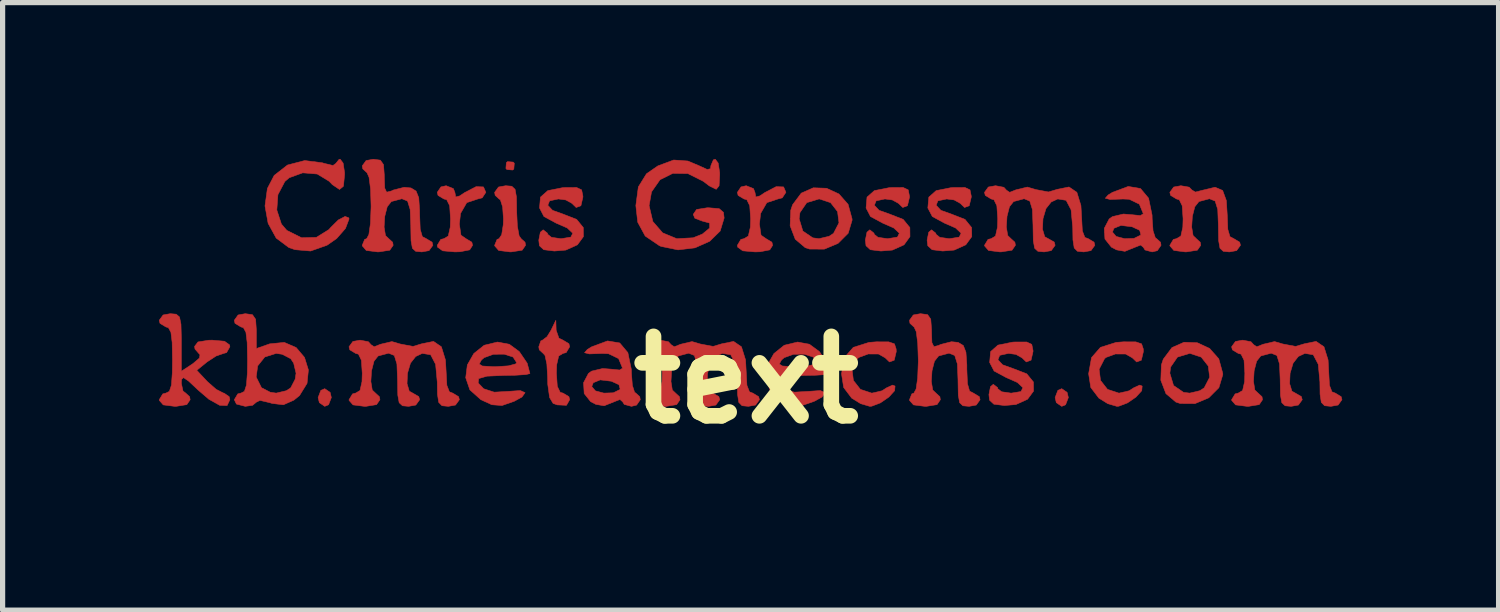
<source format=kicad_pcb>
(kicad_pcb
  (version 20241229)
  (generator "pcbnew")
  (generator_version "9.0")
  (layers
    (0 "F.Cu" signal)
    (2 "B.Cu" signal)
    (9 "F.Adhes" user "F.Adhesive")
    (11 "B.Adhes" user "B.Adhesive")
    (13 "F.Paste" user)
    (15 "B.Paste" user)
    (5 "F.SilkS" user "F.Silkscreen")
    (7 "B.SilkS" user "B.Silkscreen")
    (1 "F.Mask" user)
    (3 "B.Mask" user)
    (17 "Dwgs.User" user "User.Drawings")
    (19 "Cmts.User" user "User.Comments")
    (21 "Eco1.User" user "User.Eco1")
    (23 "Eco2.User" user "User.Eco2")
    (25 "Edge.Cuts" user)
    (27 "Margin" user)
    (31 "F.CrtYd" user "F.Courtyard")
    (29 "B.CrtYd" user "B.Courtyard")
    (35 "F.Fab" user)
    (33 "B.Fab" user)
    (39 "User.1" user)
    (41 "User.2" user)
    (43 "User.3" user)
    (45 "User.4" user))
  (footprint "text"
    (layer "F.Cu")
    (at 11.266 4.238)
    (property "Reference" "text" (at 0 0 0) (layer "F.SilkS") (effects (font (size 1.524 1.524) (thickness 0.3))))
    (attr through_hole)
    (fp_poly (pts (xy -7.982 0.24) (xy -7.959 0.339) (xy -8.012 0.477) (xy -8.086 0.508) (xy -8.189 0.437) (xy -8.213 0.339) (xy -8.16 0.201) (xy -8.086 0.169) (xy -7.982 0.24)) (stroke (width 0.01) (type solid)) (fill yes) (layer "F.Cu"))
    (fp_poly (pts (xy -4.469 -4.178) (xy -4.449 -4.156) (xy -4.458 -4.045) (xy -4.48 -4.026) (xy -4.591 -4.035) (xy -4.61 -4.057) (xy -4.601 -4.167) (xy -4.579 -4.187) (xy -4.469 -4.178)) (stroke (width 0.01) (type solid)) (fill yes) (layer "F.Cu"))
    (fp_poly (pts (xy 6.157 0.24) (xy 6.181 0.339) (xy 6.128 0.477) (xy 6.054 0.508) (xy 5.95 0.437) (xy 5.927 0.339) (xy 5.98 0.201) (xy 6.054 0.169) (xy 6.157 0.24)) (stroke (width 0.01) (type solid)) (fill yes) (layer "F.Cu"))
    (fp_poly (pts (xy -4.497 -3.715) (xy -4.434 -3.656) (xy -4.408 -3.509) (xy -4.403 -3.235) (xy -4.403 -3.217) (xy -4.39 -2.947) (xy -4.356 -2.763) (xy -4.318 -2.709) (xy -4.243 -2.641) (xy -4.233 -2.582) (xy -4.298 -2.488) (xy -4.503 -2.456) (xy -4.53 -2.455) (xy -4.749 -2.483) (xy -4.825 -2.571) (xy -4.826 -2.582) (xy -4.78 -2.695) (xy -4.741 -2.709) (xy -4.691 -2.785) (xy -4.661 -2.976) (xy -4.657 -3.09) (xy -4.673 -3.318) (xy -4.716 -3.454) (xy -4.741 -3.471) (xy -4.816 -3.54) (xy -4.826 -3.598) (xy -4.752 -3.7) (xy -4.614 -3.725) (xy -4.497 -3.715)) (stroke (width 0.01) (type solid)) (fill yes) (layer "F.Cu"))
    (fp_poly (pts (xy -3.646 -0.953) (xy -3.593 -0.8) (xy -3.514 -0.762) (xy -3.401 -0.694) (xy -3.387 -0.635) (xy -3.454 -0.523) (xy -3.514 -0.508) (xy -3.597 -0.458) (xy -3.636 -0.289) (xy -3.641 -0.127) (xy -3.624 0.124) (xy -3.568 0.239) (xy -3.514 0.254) (xy -3.401 0.322) (xy -3.387 0.381) (xy -3.448 0.488) (xy -3.623 0.48) (xy -3.704 0.452) (xy -3.772 0.339) (xy -3.807 0.085) (xy -3.81 -0.049) (xy -3.824 -0.302) (xy -3.86 -0.469) (xy -3.895 -0.508) (xy -3.97 -0.577) (xy -3.979 -0.635) (xy -3.94 -0.748) (xy -3.908 -0.762) (xy -3.82 -0.829) (xy -3.744 -0.953) (xy -3.652 -1.143) (xy -3.646 -0.953)) (stroke (width 0.01) (type solid)) (fill yes) (layer "F.Cu"))
    (fp_poly (pts (xy 1.542 -3.676) (xy 1.779 -3.567) (xy 1.955 -3.368) (xy 2.031 -3.09) (xy 2.032 -3.063) (xy 1.957 -2.813) (xy 1.763 -2.619) (xy 1.499 -2.508) (xy 1.215 -2.51) (xy 1.132 -2.537) (xy 0.941 -2.699) (xy 0.843 -2.956) (xy 0.848 -3.09) (xy 1.016 -3.09) (xy 1.087 -2.855) (xy 1.278 -2.725) (xy 1.397 -2.709) (xy 1.591 -2.755) (xy 1.676 -2.811) (xy 1.78 -3.013) (xy 1.753 -3.228) (xy 1.619 -3.4) (xy 1.402 -3.471) (xy 1.397 -3.471) (xy 1.162 -3.4) (xy 1.031 -3.209) (xy 1.016 -3.09) (xy 0.848 -3.09) (xy 0.854 -3.252) (xy 0.89 -3.36) (xy 1.057 -3.583) (xy 1.288 -3.685) (xy 1.542 -3.676)) (stroke (width 0.01) (type solid)) (fill yes) (layer "F.Cu"))
    (fp_poly (pts (xy 8.654 -0.713) (xy 8.891 -0.603) (xy 9.067 -0.404) (xy 9.143 -0.126) (xy 9.144 -0.1) (xy 9.069 0.15) (xy 8.875 0.344) (xy 8.611 0.455) (xy 8.327 0.453) (xy 8.244 0.426) (xy 8.053 0.264) (xy 7.955 0.007) (xy 7.96 -0.127) (xy 8.128 -0.127) (xy 8.199 0.108) (xy 8.39 0.239) (xy 8.509 0.254) (xy 8.703 0.208) (xy 8.788 0.152) (xy 8.892 -0.05) (xy 8.865 -0.265) (xy 8.731 -0.436) (xy 8.514 -0.508) (xy 8.509 -0.508) (xy 8.274 -0.437) (xy 8.143 -0.246) (xy 8.128 -0.127) (xy 7.96 -0.127) (xy 7.966 -0.288) (xy 8.002 -0.397) (xy 8.169 -0.62) (xy 8.4 -0.722) (xy 8.654 -0.713)) (stroke (width 0.01) (type solid)) (fill yes) (layer "F.Cu"))
    (fp_poly (pts (xy 2.734 -0.729) (xy 2.845 -0.691) (xy 2.877 -0.592) (xy 2.879 -0.541) (xy 2.84 -0.377) (xy 2.749 -0.344) (xy 2.667 -0.423) (xy 2.538 -0.496) (xy 2.341 -0.497) (xy 2.163 -0.431) (xy 2.134 -0.406) (xy 2.03 -0.204) (xy 2.057 0.011) (xy 2.191 0.182) (xy 2.408 0.254) (xy 2.413 0.254) (xy 2.607 0.209) (xy 2.691 0.154) (xy 2.809 0.1) (xy 2.856 0.119) (xy 2.848 0.208) (xy 2.737 0.33) (xy 2.574 0.442) (xy 2.408 0.505) (xy 2.371 0.508) (xy 2.197 0.457) (xy 2.024 0.35) (xy 1.87 0.146) (xy 1.829 -0.117) (xy 1.883 -0.427) (xy 2.055 -0.624) (xy 2.356 -0.719) (xy 2.499 -0.73) (xy 2.734 -0.729)) (stroke (width 0.01) (type solid)) (fill yes) (layer "F.Cu"))
    (fp_poly (pts (xy 7.475 -0.729) (xy 7.586 -0.691) (xy 7.619 -0.592) (xy 7.62 -0.541) (xy 7.581 -0.377) (xy 7.491 -0.344) (xy 7.408 -0.423) (xy 7.279 -0.496) (xy 7.083 -0.497) (xy 6.904 -0.431) (xy 6.875 -0.406) (xy 6.771 -0.204) (xy 6.798 0.011) (xy 6.932 0.182) (xy 7.15 0.254) (xy 7.154 0.254) (xy 7.348 0.209) (xy 7.432 0.154) (xy 7.55 0.1) (xy 7.597 0.119) (xy 7.589 0.208) (xy 7.478 0.33) (xy 7.315 0.442) (xy 7.149 0.505) (xy 7.112 0.508) (xy 6.938 0.457) (xy 6.766 0.35) (xy 6.611 0.146) (xy 6.57 -0.117) (xy 6.625 -0.427) (xy 6.797 -0.624) (xy 7.097 -0.719) (xy 7.241 -0.73) (xy 7.475 -0.729)) (stroke (width 0.01) (type solid)) (fill yes) (layer "F.Cu"))
    (fp_poly (pts (xy -5.618 -3.67) (xy -5.588 -3.594) (xy -5.573 -3.509) (xy -5.497 -3.529) (xy -5.4 -3.594) (xy -5.182 -3.707) (xy -5.04 -3.702) (xy -4.995 -3.598) (xy -5.065 -3.492) (xy -5.148 -3.471) (xy -5.361 -3.4) (xy -5.48 -3.194) (xy -5.503 -2.989) (xy -5.472 -2.776) (xy -5.376 -2.709) (xy -5.264 -2.642) (xy -5.249 -2.582) (xy -5.305 -2.494) (xy -5.491 -2.458) (xy -5.588 -2.455) (xy -5.823 -2.476) (xy -5.921 -2.546) (xy -5.927 -2.582) (xy -5.859 -2.695) (xy -5.8 -2.709) (xy -5.716 -2.759) (xy -5.678 -2.929) (xy -5.673 -3.09) (xy -5.689 -3.341) (xy -5.746 -3.456) (xy -5.8 -3.471) (xy -5.912 -3.539) (xy -5.927 -3.598) (xy -5.856 -3.702) (xy -5.757 -3.725) (xy -5.618 -3.67)) (stroke (width 0.01) (type solid)) (fill yes) (layer "F.Cu"))
    (fp_poly (pts (xy 0.14 -3.67) (xy 0.169 -3.594) (xy 0.185 -3.509) (xy 0.261 -3.529) (xy 0.358 -3.594) (xy 0.575 -3.707) (xy 0.718 -3.702) (xy 0.762 -3.598) (xy 0.692 -3.492) (xy 0.61 -3.471) (xy 0.396 -3.4) (xy 0.277 -3.194) (xy 0.254 -2.989) (xy 0.285 -2.776) (xy 0.381 -2.709) (xy 0.493 -2.642) (xy 0.508 -2.582) (xy 0.452 -2.494) (xy 0.267 -2.458) (xy 0.169 -2.455) (xy -0.066 -2.476) (xy -0.163 -2.546) (xy -0.169 -2.582) (xy -0.102 -2.695) (xy -0.042 -2.709) (xy 0.041 -2.759) (xy 0.08 -2.929) (xy 0.085 -3.09) (xy 0.068 -3.341) (xy 0.012 -3.456) (xy -0.042 -3.471) (xy -0.155 -3.539) (xy -0.169 -3.598) (xy -0.099 -3.702) (xy 0 -3.725) (xy 0.14 -3.67)) (stroke (width 0.01) (type solid)) (fill yes) (layer "F.Cu"))
    (fp_poly (pts (xy -3.157 -3.645) (xy -3.133 -3.526) (xy -3.133 -3.505) (xy -3.171 -3.341) (xy -3.262 -3.307) (xy -3.344 -3.387) (xy -3.461 -3.452) (xy -3.603 -3.471) (xy -3.772 -3.435) (xy -3.806 -3.35) (xy -3.716 -3.253) (xy -3.515 -3.181) (xy -3.253 -3.079) (xy -3.125 -2.922) (xy -3.123 -2.748) (xy -3.238 -2.591) (xy -3.461 -2.49) (xy -3.681 -2.472) (xy -3.884 -2.497) (xy -3.967 -2.573) (xy -3.979 -2.681) (xy -3.949 -2.833) (xy -3.895 -2.879) (xy -3.812 -2.814) (xy -3.81 -2.794) (xy -3.736 -2.735) (xy -3.558 -2.709) (xy -3.549 -2.709) (xy -3.364 -2.739) (xy -3.327 -2.814) (xy -3.433 -2.914) (xy -3.646 -3.007) (xy -3.88 -3.134) (xy -3.965 -3.298) (xy -3.947 -3.506) (xy -3.806 -3.631) (xy -3.525 -3.687) (xy -3.472 -3.69) (xy -3.254 -3.691) (xy -3.157 -3.645)) (stroke (width 0.01) (type solid)) (fill yes) (layer "F.Cu"))
    (fp_poly (pts (xy 3.109 -3.645) (xy 3.132 -3.526) (xy 3.133 -3.505) (xy 3.094 -3.341) (xy 3.004 -3.307) (xy 2.921 -3.387) (xy 2.804 -3.452) (xy 2.662 -3.471) (xy 2.493 -3.435) (xy 2.459 -3.35) (xy 2.549 -3.253) (xy 2.751 -3.181) (xy 3.012 -3.079) (xy 3.14 -2.922) (xy 3.142 -2.748) (xy 3.028 -2.591) (xy 2.805 -2.49) (xy 2.585 -2.472) (xy 2.382 -2.497) (xy 2.299 -2.573) (xy 2.286 -2.681) (xy 2.317 -2.833) (xy 2.371 -2.879) (xy 2.453 -2.814) (xy 2.455 -2.794) (xy 2.529 -2.735) (xy 2.707 -2.709) (xy 2.716 -2.709) (xy 2.902 -2.739) (xy 2.938 -2.814) (xy 2.832 -2.914) (xy 2.62 -3.007) (xy 2.385 -3.134) (xy 2.3 -3.298) (xy 2.318 -3.506) (xy 2.459 -3.631) (xy 2.741 -3.687) (xy 2.793 -3.69) (xy 3.011 -3.691) (xy 3.109 -3.645)) (stroke (width 0.01) (type solid)) (fill yes) (layer "F.Cu"))
    (fp_poly (pts (xy 4.294 -3.645) (xy 4.318 -3.526) (xy 4.318 -3.505) (xy 4.279 -3.341) (xy 4.189 -3.307) (xy 4.106 -3.387) (xy 3.99 -3.452) (xy 3.847 -3.471) (xy 3.678 -3.435) (xy 3.645 -3.35) (xy 3.735 -3.253) (xy 3.936 -3.181) (xy 4.198 -3.079) (xy 4.325 -2.922) (xy 4.328 -2.748) (xy 4.213 -2.591) (xy 3.99 -2.49) (xy 3.77 -2.472) (xy 3.567 -2.497) (xy 3.484 -2.573) (xy 3.471 -2.681) (xy 3.502 -2.833) (xy 3.556 -2.879) (xy 3.638 -2.814) (xy 3.641 -2.794) (xy 3.714 -2.735) (xy 3.893 -2.709) (xy 3.902 -2.709) (xy 4.087 -2.739) (xy 4.123 -2.814) (xy 4.018 -2.914) (xy 3.805 -3.007) (xy 3.571 -3.134) (xy 3.485 -3.298) (xy 3.504 -3.506) (xy 3.645 -3.631) (xy 3.926 -3.687) (xy 3.979 -3.69) (xy 4.197 -3.691) (xy 4.294 -3.645)) (stroke (width 0.01) (type solid)) (fill yes) (layer "F.Cu"))
    (fp_poly (pts (xy 5.479 -0.681) (xy 5.503 -0.563) (xy 5.503 -0.542) (xy 5.465 -0.378) (xy 5.374 -0.344) (xy 5.292 -0.423) (xy 5.175 -0.489) (xy 5.033 -0.508) (xy 4.864 -0.471) (xy 4.83 -0.386) (xy 4.92 -0.289) (xy 5.121 -0.217) (xy 5.383 -0.116) (xy 5.511 0.041) (xy 5.513 0.216) (xy 5.398 0.372) (xy 5.175 0.473) (xy 4.955 0.492) (xy 4.752 0.467) (xy 4.669 0.39) (xy 4.657 0.283) (xy 4.687 0.13) (xy 4.741 0.085) (xy 4.824 0.149) (xy 4.826 0.169) (xy 4.9 0.228) (xy 5.078 0.254) (xy 5.087 0.254) (xy 5.272 0.224) (xy 5.309 0.149) (xy 5.203 0.05) (xy 4.99 -0.044) (xy 4.756 -0.17) (xy 4.671 -0.334) (xy 4.689 -0.542) (xy 4.83 -0.667) (xy 5.111 -0.724) (xy 5.164 -0.727) (xy 5.382 -0.727) (xy 5.479 -0.681)) (stroke (width 0.01) (type solid)) (fill yes) (layer "F.Cu"))
    (fp_poly (pts (xy -4.544 -0.683) (xy -4.353 -0.542) (xy -4.202 -0.32) (xy -4.149 -0.121) (xy -4.226 -0.102) (xy -4.426 -0.089) (xy -4.657 -0.085) (xy -4.973 -0.071) (xy -5.132 -0.025) (xy -5.142 0.059) (xy -5.037 0.17) (xy -4.834 0.236) (xy -4.572 0.221) (xy -4.334 0.205) (xy -4.242 0.245) (xy -4.302 0.329) (xy -4.449 0.41) (xy -4.684 0.492) (xy -4.88 0.477) (xy -5.091 0.38) (xy -5.301 0.192) (xy -5.381 -0.041) (xy -5.35 -0.286) (xy -5.34 -0.304) (xy -5.122 -0.304) (xy -5.062 -0.266) (xy -4.869 -0.254) (xy -4.794 -0.254) (xy -4.563 -0.269) (xy -4.423 -0.306) (xy -4.403 -0.33) (xy -4.473 -0.438) (xy -4.643 -0.493) (xy -4.85 -0.491) (xy -5.029 -0.426) (xy -5.08 -0.381) (xy -5.122 -0.304) (xy -5.34 -0.304) (xy -5.226 -0.505) (xy -5.027 -0.664) (xy -4.773 -0.726) (xy -4.544 -0.683)) (stroke (width 0.01) (type solid)) (fill yes) (layer "F.Cu"))
    (fp_poly (pts (xy 1.214 -0.683) (xy 1.405 -0.542) (xy 1.555 -0.32) (xy 1.609 -0.121) (xy 1.532 -0.102) (xy 1.332 -0.089) (xy 1.101 -0.085) (xy 0.784 -0.071) (xy 0.626 -0.025) (xy 0.615 0.059) (xy 0.72 0.17) (xy 0.923 0.236) (xy 1.186 0.221) (xy 1.423 0.205) (xy 1.516 0.245) (xy 1.455 0.329) (xy 1.308 0.41) (xy 1.073 0.492) (xy 0.877 0.477) (xy 0.666 0.38) (xy 0.456 0.192) (xy 0.376 -0.041) (xy 0.407 -0.286) (xy 0.418 -0.304) (xy 0.635 -0.304) (xy 0.695 -0.266) (xy 0.888 -0.254) (xy 0.963 -0.254) (xy 1.194 -0.269) (xy 1.335 -0.306) (xy 1.355 -0.33) (xy 1.284 -0.438) (xy 1.114 -0.493) (xy 0.908 -0.491) (xy 0.728 -0.426) (xy 0.677 -0.381) (xy 0.635 -0.304) (xy 0.418 -0.304) (xy 0.532 -0.505) (xy 0.73 -0.664) (xy 0.985 -0.726) (xy 1.214 -0.683)) (stroke (width 0.01) (type solid)) (fill yes) (layer "F.Cu"))
    (fp_poly (pts (xy -7.733 -4.159) (xy -7.705 -3.976) (xy -7.705 -3.937) (xy -7.727 -3.715) (xy -7.802 -3.653) (xy -7.939 -3.745) (xy -8.001 -3.81) (xy -8.229 -3.949) (xy -8.509 -3.972) (xy -8.767 -3.878) (xy -8.851 -3.806) (xy -8.984 -3.553) (xy -9.005 -3.259) (xy -8.917 -2.989) (xy -8.813 -2.868) (xy -8.531 -2.727) (xy -8.247 -2.734) (xy -8.005 -2.884) (xy -7.974 -2.921) (xy -7.827 -3.067) (xy -7.695 -3.136) (xy -7.623 -3.108) (xy -7.62 -3.085) (xy -7.688 -2.905) (xy -7.857 -2.712) (xy -8.042 -2.583) (xy -8.357 -2.472) (xy -8.657 -2.498) (xy -8.775 -2.539) (xy -9.017 -2.72) (xy -9.172 -3.003) (xy -9.232 -3.337) (xy -9.186 -3.672) (xy -9.056 -3.922) (xy -8.8 -4.122) (xy -8.469 -4.208) (xy -8.127 -4.164) (xy -8.106 -4.156) (xy -7.928 -4.113) (xy -7.874 -4.151) (xy -7.81 -4.231) (xy -7.789 -4.233) (xy -7.733 -4.159)) (stroke (width 0.01) (type solid)) (fill yes) (layer "F.Cu"))
    (fp_poly (pts (xy -2.426 -0.708) (xy -2.27 -0.522) (xy -2.203 -0.199) (xy -2.201 -0.121) (xy -2.184 0.104) (xy -2.141 0.238) (xy -2.117 0.254) (xy -2.042 0.323) (xy -2.032 0.381) (xy -2.103 0.484) (xy -2.201 0.508) (xy -2.339 0.471) (xy -2.371 0.42) (xy -2.422 0.376) (xy -2.534 0.42) (xy -2.725 0.497) (xy -2.884 0.47) (xy -2.985 0.417) (xy -3.108 0.262) (xy -3.116 0.127) (xy -2.963 0.127) (xy -2.893 0.211) (xy -2.73 0.254) (xy -2.55 0.248) (xy -2.425 0.187) (xy -2.418 0.178) (xy -2.441 0.093) (xy -2.586 0.026) (xy -2.801 0) (xy -2.934 0.055) (xy -2.963 0.127) (xy -3.116 0.127) (xy -3.121 0.056) (xy -3.026 -0.124) (xy -2.965 -0.168) (xy -2.754 -0.218) (xy -2.584 -0.205) (xy -2.427 -0.189) (xy -2.372 -0.224) (xy -2.448 -0.408) (xy -2.643 -0.502) (xy -2.761 -0.507) (xy -3.009 -0.498) (xy -3.101 -0.521) (xy -3.047 -0.584) (xy -2.963 -0.635) (xy -2.661 -0.747) (xy -2.426 -0.708)) (stroke (width 0.01) (type solid)) (fill yes) (layer "F.Cu"))
    (fp_poly (pts (xy 7.565 -3.671) (xy 7.72 -3.486) (xy 7.787 -3.162) (xy 7.789 -3.084) (xy 7.806 -2.859) (xy 7.85 -2.725) (xy 7.874 -2.709) (xy 7.949 -2.641) (xy 7.959 -2.582) (xy 7.888 -2.479) (xy 7.789 -2.455) (xy 7.652 -2.492) (xy 7.62 -2.543) (xy 7.568 -2.587) (xy 7.456 -2.543) (xy 7.266 -2.466) (xy 7.106 -2.494) (xy 7.006 -2.547) (xy 6.883 -2.702) (xy 6.874 -2.836) (xy 7.027 -2.836) (xy 7.098 -2.752) (xy 7.26 -2.709) (xy 7.441 -2.715) (xy 7.566 -2.776) (xy 7.572 -2.785) (xy 7.549 -2.87) (xy 7.404 -2.937) (xy 7.19 -2.963) (xy 7.056 -2.909) (xy 7.027 -2.836) (xy 6.874 -2.836) (xy 6.87 -2.907) (xy 6.964 -3.087) (xy 7.026 -3.132) (xy 7.237 -3.182) (xy 7.407 -3.168) (xy 7.563 -3.152) (xy 7.619 -3.187) (xy 7.543 -3.371) (xy 7.348 -3.465) (xy 7.229 -3.47) (xy 6.981 -3.461) (xy 6.89 -3.485) (xy 6.944 -3.547) (xy 7.027 -3.598) (xy 7.33 -3.711) (xy 7.565 -3.671)) (stroke (width 0.01) (type solid)) (fill yes) (layer "F.Cu"))
    (fp_poly (pts (xy -0.537 -4.159) (xy -0.509 -3.976) (xy -0.508 -3.937) (xy -0.52 -3.723) (xy -0.575 -3.656) (xy -0.708 -3.722) (xy -0.824 -3.81) (xy -1.119 -3.958) (xy -1.408 -3.962) (xy -1.653 -3.84) (xy -1.816 -3.607) (xy -1.863 -3.344) (xy -1.791 -3.038) (xy -1.602 -2.82) (xy -1.332 -2.709) (xy -1.018 -2.726) (xy -0.841 -2.797) (xy -0.7 -2.913) (xy -0.702 -3.009) (xy -0.847 -3.048) (xy -0.985 -3.101) (xy -1.016 -3.175) (xy -0.952 -3.269) (xy -0.747 -3.302) (xy -0.72 -3.302) (xy -0.518 -3.285) (xy -0.436 -3.214) (xy -0.423 -3.105) (xy -0.499 -2.856) (xy -0.7 -2.659) (xy -0.983 -2.533) (xy -1.308 -2.494) (xy -1.634 -2.561) (xy -1.666 -2.575) (xy -1.937 -2.759) (xy -2.081 -3.025) (xy -2.117 -3.344) (xy -2.069 -3.702) (xy -1.913 -3.954) (xy -1.695 -4.105) (xy -1.392 -4.218) (xy -1.119 -4.199) (xy -0.91 -4.111) (xy -0.748 -4.037) (xy -0.685 -4.051) (xy -0.677 -4.111) (xy -0.63 -4.221) (xy -0.593 -4.233) (xy -0.537 -4.159)) (stroke (width 0.01) (type solid)) (fill yes) (layer "F.Cu"))
    (fp_poly (pts (xy 8.499 -3.697) (xy 8.551 -3.643) (xy 8.618 -3.603) (xy 8.762 -3.64) (xy 8.996 -3.696) (xy 9.141 -3.634) (xy 9.212 -3.44) (xy 9.229 -3.166) (xy 9.24 -2.888) (xy 9.282 -2.747) (xy 9.356 -2.709) (xy 9.468 -2.642) (xy 9.483 -2.582) (xy 9.409 -2.48) (xy 9.271 -2.455) (xy 9.154 -2.466) (xy 9.09 -2.525) (xy 9.064 -2.671) (xy 9.059 -2.946) (xy 9.059 -2.963) (xy 9.047 -3.269) (xy 8.997 -3.431) (xy 8.888 -3.475) (xy 8.7 -3.425) (xy 8.685 -3.42) (xy 8.607 -3.321) (xy 8.56 -3.138) (xy 8.547 -2.932) (xy 8.574 -2.769) (xy 8.636 -2.709) (xy 8.711 -2.641) (xy 8.721 -2.582) (xy 8.656 -2.488) (xy 8.451 -2.456) (xy 8.424 -2.455) (xy 8.205 -2.483) (xy 8.129 -2.571) (xy 8.128 -2.582) (xy 8.196 -2.695) (xy 8.255 -2.709) (xy 8.339 -2.759) (xy 8.377 -2.929) (xy 8.382 -3.09) (xy 8.365 -3.341) (xy 8.309 -3.456) (xy 8.255 -3.471) (xy 8.143 -3.539) (xy 8.128 -3.598) (xy 8.202 -3.7) (xy 8.34 -3.725) (xy 8.499 -3.697)) (stroke (width 0.01) (type solid)) (fill yes) (layer "F.Cu"))
    (fp_poly (pts (xy -9.473 -1.251) (xy -9.412 -1.163) (xy -9.398 -0.957) (xy -9.398 -0.936) (xy -9.398 -0.601) (xy -9.143 -0.691) (xy -8.862 -0.719) (xy -8.634 -0.62) (xy -8.474 -0.431) (xy -8.399 -0.19) (xy -8.425 0.067) (xy -8.569 0.3) (xy -8.678 0.389) (xy -8.879 0.478) (xy -9.095 0.452) (xy -9.143 0.437) (xy -9.328 0.394) (xy -9.398 0.427) (xy -9.398 0.428) (xy -9.47 0.488) (xy -9.61 0.508) (xy -9.78 0.464) (xy -9.821 0.381) (xy -9.754 0.269) (xy -9.694 0.254) (xy -9.627 0.221) (xy -9.588 0.101) (xy -9.576 -0.054) (xy -9.401 -0.054) (xy -9.3 0.149) (xy -9.296 0.152) (xy -9.131 0.237) (xy -9.017 0.254) (xy -8.823 0.208) (xy -8.738 0.152) (xy -8.653 -0.013) (xy -8.636 -0.127) (xy -8.682 -0.321) (xy -8.738 -0.406) (xy -8.903 -0.491) (xy -9.017 -0.508) (xy -9.236 -0.439) (xy -9.372 -0.269) (xy -9.401 -0.054) (xy -9.576 -0.054) (xy -9.57 -0.137) (xy -9.567 -0.381) (xy -9.574 -0.716) (xy -9.598 -0.913) (xy -9.646 -1.001) (xy -9.694 -1.016) (xy -9.807 -1.084) (xy -9.821 -1.143) (xy -9.748 -1.245) (xy -9.61 -1.27) (xy -9.473 -1.251)) (stroke (width 0.01) (type solid)) (fill yes) (layer "F.Cu"))
    (fp_poly (pts (xy -7.018 -4.215) (xy -6.958 -4.129) (xy -6.943 -3.927) (xy -6.943 -3.892) (xy -6.935 -3.679) (xy -6.898 -3.601) (xy -6.806 -3.624) (xy -6.77 -3.642) (xy -6.561 -3.695) (xy -6.431 -3.682) (xy -6.333 -3.622) (xy -6.282 -3.494) (xy -6.266 -3.252) (xy -6.265 -3.169) (xy -6.254 -2.89) (xy -6.213 -2.748) (xy -6.138 -2.709) (xy -6.026 -2.642) (xy -6.011 -2.582) (xy -6.085 -2.48) (xy -6.223 -2.455) (xy -6.34 -2.466) (xy -6.404 -2.525) (xy -6.43 -2.671) (xy -6.435 -2.946) (xy -6.435 -2.963) (xy -6.447 -3.269) (xy -6.497 -3.431) (xy -6.606 -3.475) (xy -6.794 -3.425) (xy -6.809 -3.42) (xy -6.887 -3.321) (xy -6.934 -3.138) (xy -6.947 -2.932) (xy -6.92 -2.769) (xy -6.858 -2.709) (xy -6.783 -2.641) (xy -6.773 -2.582) (xy -6.838 -2.488) (xy -7.043 -2.456) (xy -7.07 -2.455) (xy -7.289 -2.483) (xy -7.365 -2.571) (xy -7.366 -2.582) (xy -7.32 -2.695) (xy -7.281 -2.709) (xy -7.239 -2.788) (xy -7.209 -3.001) (xy -7.197 -3.315) (xy -7.197 -3.344) (xy -7.207 -3.664) (xy -7.236 -3.887) (xy -7.277 -3.979) (xy -7.281 -3.979) (xy -7.356 -4.048) (xy -7.366 -4.106) (xy -7.292 -4.208) (xy -7.154 -4.233) (xy -7.018 -4.215)) (stroke (width 0.01) (type solid)) (fill yes) (layer "F.Cu"))
    (fp_poly (pts (xy 3.48 -1.252) (xy 3.541 -1.165) (xy 3.556 -0.963) (xy 3.556 -0.928) (xy 3.563 -0.715) (xy 3.601 -0.637) (xy 3.693 -0.661) (xy 3.729 -0.679) (xy 3.938 -0.732) (xy 4.067 -0.719) (xy 4.166 -0.659) (xy 4.216 -0.53) (xy 4.233 -0.289) (xy 4.233 -0.206) (xy 4.245 0.073) (xy 4.286 0.216) (xy 4.36 0.254) (xy 4.473 0.322) (xy 4.487 0.381) (xy 4.414 0.483) (xy 4.276 0.508) (xy 4.158 0.497) (xy 4.095 0.438) (xy 4.069 0.292) (xy 4.064 0.018) (xy 4.064 0) (xy 4.052 -0.306) (xy 4.001 -0.468) (xy 3.892 -0.512) (xy 3.704 -0.462) (xy 3.69 -0.457) (xy 3.612 -0.358) (xy 3.565 -0.174) (xy 3.552 0.031) (xy 3.579 0.195) (xy 3.641 0.254) (xy 3.716 0.323) (xy 3.725 0.381) (xy 3.661 0.475) (xy 3.456 0.508) (xy 3.429 0.508) (xy 3.21 0.48) (xy 3.133 0.393) (xy 3.133 0.381) (xy 3.178 0.268) (xy 3.217 0.254) (xy 3.26 0.175) (xy 3.29 -0.038) (xy 3.302 -0.351) (xy 3.302 -0.381) (xy 3.291 -0.701) (xy 3.263 -0.924) (xy 3.221 -1.015) (xy 3.217 -1.016) (xy 3.142 -1.085) (xy 3.133 -1.143) (xy 3.206 -1.245) (xy 3.344 -1.27) (xy 3.48 -1.252)) (stroke (width 0.01) (type solid)) (fill yes) (layer "F.Cu"))
    (fp_poly (pts (xy -10.935 -1.26) (xy -10.872 -1.206) (xy -10.844 -1.069) (xy -10.837 -0.811) (xy -10.837 -0.718) (xy -10.837 -0.165) (xy -10.614 -0.312) (xy -10.489 -0.419) (xy -10.479 -0.487) (xy -10.487 -0.49) (xy -10.575 -0.591) (xy -10.583 -0.642) (xy -10.517 -0.728) (xy -10.308 -0.761) (xy -10.245 -0.762) (xy -10.009 -0.741) (xy -9.912 -0.672) (xy -9.906 -0.635) (xy -9.969 -0.523) (xy -10.024 -0.508) (xy -10.17 -0.458) (xy -10.341 -0.346) (xy -10.541 -0.184) (xy -10.336 0.035) (xy -10.168 0.182) (xy -10.03 0.253) (xy -10.018 0.254) (xy -9.919 0.322) (xy -9.906 0.381) (xy -9.959 0.493) (xy -10.101 0.488) (xy -10.31 0.371) (xy -10.516 0.194) (xy -10.701 0.02) (xy -10.797 -0.043) (xy -10.833 -0.007) (xy -10.837 0.067) (xy -10.805 0.214) (xy -10.753 0.254) (xy -10.678 0.323) (xy -10.668 0.381) (xy -10.732 0.475) (xy -10.937 0.508) (xy -10.964 0.508) (xy -11.184 0.48) (xy -11.26 0.393) (xy -11.261 0.381) (xy -11.193 0.269) (xy -11.134 0.254) (xy -11.067 0.221) (xy -11.027 0.101) (xy -11.01 -0.137) (xy -11.007 -0.381) (xy -11.013 -0.716) (xy -11.037 -0.913) (xy -11.085 -1.001) (xy -11.134 -1.016) (xy -11.246 -1.084) (xy -11.261 -1.143) (xy -11.187 -1.245) (xy -11.049 -1.27) (xy -10.935 -1.26)) (stroke (width 0.01) (type solid)) (fill yes) (layer "F.Cu"))
    (fp_poly (pts (xy -7.249 -0.732) (xy -7.197 -0.674) (xy -7.137 -0.635) (xy -7.017 -0.683) (xy -6.797 -0.735) (xy -6.636 -0.688) (xy -6.392 -0.642) (xy -6.226 -0.692) (xy -5.999 -0.738) (xy -5.848 -0.635) (xy -5.77 -0.382) (xy -5.757 -0.159) (xy -5.743 0.104) (xy -5.694 0.23) (xy -5.63 0.254) (xy -5.518 0.322) (xy -5.503 0.381) (xy -5.577 0.483) (xy -5.715 0.508) (xy -5.836 0.496) (xy -5.899 0.432) (xy -5.923 0.276) (xy -5.927 0.04) (xy -5.959 -0.299) (xy -6.054 -0.482) (xy -6.215 -0.508) (xy -6.34 -0.449) (xy -6.441 -0.321) (xy -6.498 -0.127) (xy -6.507 0.072) (xy -6.464 0.217) (xy -6.397 0.254) (xy -6.282 0.32) (xy -6.265 0.381) (xy -6.339 0.483) (xy -6.477 0.508) (xy -6.594 0.497) (xy -6.658 0.438) (xy -6.684 0.292) (xy -6.689 0.018) (xy -6.689 0) (xy -6.701 -0.306) (xy -6.751 -0.468) (xy -6.86 -0.512) (xy -7.048 -0.462) (xy -7.063 -0.457) (xy -7.141 -0.358) (xy -7.188 -0.174) (xy -7.201 0.031) (xy -7.174 0.195) (xy -7.112 0.254) (xy -7.037 0.323) (xy -7.027 0.381) (xy -7.092 0.475) (xy -7.297 0.508) (xy -7.324 0.508) (xy -7.543 0.48) (xy -7.619 0.393) (xy -7.62 0.381) (xy -7.552 0.269) (xy -7.493 0.254) (xy -7.409 0.204) (xy -7.371 0.035) (xy -7.366 -0.127) (xy -7.383 -0.378) (xy -7.439 -0.493) (xy -7.493 -0.508) (xy -7.605 -0.576) (xy -7.62 -0.635) (xy -7.546 -0.737) (xy -7.408 -0.762) (xy -7.249 -0.732)) (stroke (width 0.01) (type solid)) (fill yes) (layer "F.Cu"))
    (fp_poly (pts (xy -1.492 -0.732) (xy -1.439 -0.674) (xy -1.38 -0.635) (xy -1.259 -0.683) (xy -1.039 -0.735) (xy -0.878 -0.688) (xy -0.635 -0.642) (xy -0.468 -0.692) (xy -0.242 -0.738) (xy -0.091 -0.635) (xy -0.012 -0.382) (xy 0 -0.159) (xy 0.014 0.104) (xy 0.063 0.23) (xy 0.127 0.254) (xy 0.239 0.322) (xy 0.254 0.381) (xy 0.18 0.483) (xy 0.042 0.508) (xy -0.079 0.496) (xy -0.142 0.432) (xy -0.166 0.276) (xy -0.169 0.04) (xy -0.201 -0.299) (xy -0.297 -0.482) (xy -0.457 -0.508) (xy -0.583 -0.449) (xy -0.683 -0.321) (xy -0.741 -0.127) (xy -0.75 0.072) (xy -0.706 0.217) (xy -0.64 0.254) (xy -0.525 0.32) (xy -0.508 0.381) (xy -0.582 0.483) (xy -0.72 0.508) (xy -0.837 0.497) (xy -0.9 0.438) (xy -0.926 0.292) (xy -0.931 0.018) (xy -0.931 0) (xy -0.944 -0.306) (xy -0.994 -0.468) (xy -1.103 -0.512) (xy -1.291 -0.462) (xy -1.305 -0.457) (xy -1.383 -0.358) (xy -1.431 -0.174) (xy -1.443 0.031) (xy -1.417 0.195) (xy -1.355 0.254) (xy -1.28 0.323) (xy -1.27 0.381) (xy -1.334 0.475) (xy -1.539 0.508) (xy -1.566 0.508) (xy -1.786 0.48) (xy -1.862 0.393) (xy -1.863 0.381) (xy -1.795 0.269) (xy -1.736 0.254) (xy -1.652 0.204) (xy -1.614 0.035) (xy -1.609 -0.127) (xy -1.625 -0.378) (xy -1.682 -0.493) (xy -1.736 -0.508) (xy -1.848 -0.576) (xy -1.863 -0.635) (xy -1.789 -0.737) (xy -1.651 -0.762) (xy -1.492 -0.732)) (stroke (width 0.01) (type solid)) (fill yes) (layer "F.Cu"))
    (fp_poly (pts (xy 4.943 -3.695) (xy 4.995 -3.638) (xy 5.055 -3.598) (xy 5.175 -3.646) (xy 5.395 -3.699) (xy 5.556 -3.651) (xy 5.8 -3.605) (xy 5.966 -3.655) (xy 6.193 -3.701) (xy 6.344 -3.599) (xy 6.422 -3.345) (xy 6.435 -3.122) (xy 6.449 -2.86) (xy 6.498 -2.733) (xy 6.562 -2.709) (xy 6.674 -2.642) (xy 6.689 -2.582) (xy 6.615 -2.48) (xy 6.477 -2.455) (xy 6.356 -2.467) (xy 6.293 -2.531) (xy 6.269 -2.687) (xy 6.265 -2.924) (xy 6.233 -3.263) (xy 6.138 -3.445) (xy 5.977 -3.471) (xy 5.852 -3.413) (xy 5.751 -3.285) (xy 5.694 -3.091) (xy 5.685 -2.891) (xy 5.728 -2.746) (xy 5.795 -2.709) (xy 5.91 -2.644) (xy 5.927 -2.582) (xy 5.853 -2.48) (xy 5.715 -2.455) (xy 5.598 -2.466) (xy 5.534 -2.525) (xy 5.508 -2.671) (xy 5.503 -2.946) (xy 5.503 -2.963) (xy 5.491 -3.269) (xy 5.441 -3.431) (xy 5.332 -3.475) (xy 5.144 -3.425) (xy 5.129 -3.42) (xy 5.051 -3.321) (xy 5.004 -3.138) (xy 4.991 -2.932) (xy 5.018 -2.769) (xy 5.08 -2.709) (xy 5.155 -2.641) (xy 5.165 -2.582) (xy 5.1 -2.488) (xy 4.895 -2.456) (xy 4.868 -2.455) (xy 4.649 -2.483) (xy 4.573 -2.571) (xy 4.572 -2.582) (xy 4.64 -2.695) (xy 4.699 -2.709) (xy 4.783 -2.759) (xy 4.821 -2.929) (xy 4.826 -3.09) (xy 4.809 -3.341) (xy 4.753 -3.456) (xy 4.699 -3.471) (xy 4.587 -3.539) (xy 4.572 -3.598) (xy 4.646 -3.7) (xy 4.784 -3.725) (xy 4.943 -3.695)) (stroke (width 0.01) (type solid)) (fill yes) (layer "F.Cu"))
    (fp_poly (pts (xy 9.684 -0.732) (xy 9.737 -0.674) (xy 9.796 -0.635) (xy 9.917 -0.683) (xy 10.137 -0.735) (xy 10.298 -0.688) (xy 10.541 -0.642) (xy 10.708 -0.692) (xy 10.934 -0.738) (xy 11.085 -0.635) (xy 11.164 -0.382) (xy 11.176 -0.159) (xy 11.19 0.104) (xy 11.239 0.23) (xy 11.303 0.254) (xy 11.415 0.322) (xy 11.43 0.381) (xy 11.356 0.483) (xy 11.218 0.508) (xy 11.097 0.496) (xy 11.034 0.432) (xy 11.01 0.276) (xy 11.007 0.04) (xy 10.975 -0.299) (xy 10.879 -0.482) (xy 10.719 -0.508) (xy 10.593 -0.449) (xy 10.493 -0.321) (xy 10.435 -0.127) (xy 10.426 0.072) (xy 10.47 0.217) (xy 10.536 0.254) (xy 10.651 0.32) (xy 10.668 0.381) (xy 10.594 0.483) (xy 10.456 0.508) (xy 10.339 0.497) (xy 10.276 0.438) (xy 10.25 0.292) (xy 10.245 0.018) (xy 10.245 0) (xy 10.232 -0.306) (xy 10.182 -0.468) (xy 10.073 -0.512) (xy 9.885 -0.462) (xy 9.871 -0.457) (xy 9.793 -0.358) (xy 9.745 -0.174) (xy 9.733 0.031) (xy 9.759 0.195) (xy 9.821 0.254) (xy 9.896 0.323) (xy 9.906 0.381) (xy 9.842 0.475) (xy 9.637 0.508) (xy 9.61 0.508) (xy 9.39 0.48) (xy 9.314 0.393) (xy 9.313 0.381) (xy 9.381 0.269) (xy 9.44 0.254) (xy 9.524 0.204) (xy 9.562 0.035) (xy 9.567 -0.127) (xy 9.551 -0.378) (xy 9.494 -0.493) (xy 9.44 -0.508) (xy 9.328 -0.576) (xy 9.313 -0.635) (xy 9.387 -0.737) (xy 9.525 -0.762) (xy 9.684 -0.732)) (stroke (width 0.01) (type solid)) (fill yes) (layer "F.Cu"))
    (fp_poly (pts (xy -7.982 0.24) (xy -7.959 0.339) (xy -8.012 0.477) (xy -8.086 0.508) (xy -8.189 0.437) (xy -8.213 0.339) (xy -8.16 0.201) (xy -8.086 0.169) (xy -7.982 0.24)) (stroke (width 0.01) (type solid)) (fill yes) (layer "F.Mask"))
    (fp_poly (pts (xy -4.469 -4.178) (xy -4.449 -4.156) (xy -4.458 -4.045) (xy -4.48 -4.026) (xy -4.591 -4.035) (xy -4.61 -4.057) (xy -4.601 -4.167) (xy -4.579 -4.187) (xy -4.469 -4.178)) (stroke (width 0.01) (type solid)) (fill yes) (layer "F.Mask"))
    (fp_poly (pts (xy 6.157 0.24) (xy 6.181 0.339) (xy 6.128 0.477) (xy 6.054 0.508) (xy 5.95 0.437) (xy 5.927 0.339) (xy 5.98 0.201) (xy 6.054 0.169) (xy 6.157 0.24)) (stroke (width 0.01) (type solid)) (fill yes) (layer "F.Mask"))
    (fp_poly (pts (xy -4.497 -3.715) (xy -4.434 -3.656) (xy -4.408 -3.509) (xy -4.403 -3.235) (xy -4.403 -3.217) (xy -4.39 -2.947) (xy -4.356 -2.763) (xy -4.318 -2.709) (xy -4.243 -2.641) (xy -4.233 -2.582) (xy -4.298 -2.488) (xy -4.503 -2.456) (xy -4.53 -2.455) (xy -4.749 -2.483) (xy -4.825 -2.571) (xy -4.826 -2.582) (xy -4.78 -2.695) (xy -4.741 -2.709) (xy -4.691 -2.785) (xy -4.661 -2.976) (xy -4.657 -3.09) (xy -4.673 -3.318) (xy -4.716 -3.454) (xy -4.741 -3.471) (xy -4.816 -3.54) (xy -4.826 -3.598) (xy -4.752 -3.7) (xy -4.614 -3.725) (xy -4.497 -3.715)) (stroke (width 0.01) (type solid)) (fill yes) (layer "F.Mask"))
    (fp_poly (pts (xy -3.646 -0.953) (xy -3.593 -0.8) (xy -3.514 -0.762) (xy -3.401 -0.694) (xy -3.387 -0.635) (xy -3.454 -0.523) (xy -3.514 -0.508) (xy -3.597 -0.458) (xy -3.636 -0.289) (xy -3.641 -0.127) (xy -3.624 0.124) (xy -3.568 0.239) (xy -3.514 0.254) (xy -3.401 0.322) (xy -3.387 0.381) (xy -3.448 0.488) (xy -3.623 0.48) (xy -3.704 0.452) (xy -3.772 0.339) (xy -3.807 0.085) (xy -3.81 -0.049) (xy -3.824 -0.302) (xy -3.86 -0.469) (xy -3.895 -0.508) (xy -3.97 -0.577) (xy -3.979 -0.635) (xy -3.94 -0.748) (xy -3.908 -0.762) (xy -3.82 -0.829) (xy -3.744 -0.953) (xy -3.652 -1.143) (xy -3.646 -0.953)) (stroke (width 0.01) (type solid)) (fill yes) (layer "F.Mask"))
    (fp_poly (pts (xy 1.542 -3.676) (xy 1.779 -3.567) (xy 1.955 -3.368) (xy 2.031 -3.09) (xy 2.032 -3.063) (xy 1.957 -2.813) (xy 1.763 -2.619) (xy 1.499 -2.508) (xy 1.215 -2.51) (xy 1.132 -2.537) (xy 0.941 -2.699) (xy 0.843 -2.956) (xy 0.848 -3.09) (xy 1.016 -3.09) (xy 1.087 -2.855) (xy 1.278 -2.725) (xy 1.397 -2.709) (xy 1.591 -2.755) (xy 1.676 -2.811) (xy 1.78 -3.013) (xy 1.753 -3.228) (xy 1.619 -3.4) (xy 1.402 -3.471) (xy 1.397 -3.471) (xy 1.162 -3.4) (xy 1.031 -3.209) (xy 1.016 -3.09) (xy 0.848 -3.09) (xy 0.854 -3.252) (xy 0.89 -3.36) (xy 1.057 -3.583) (xy 1.288 -3.685) (xy 1.542 -3.676)) (stroke (width 0.01) (type solid)) (fill yes) (layer "F.Mask"))
    (fp_poly (pts (xy 8.654 -0.713) (xy 8.891 -0.603) (xy 9.067 -0.404) (xy 9.143 -0.126) (xy 9.144 -0.1) (xy 9.069 0.15) (xy 8.875 0.344) (xy 8.611 0.455) (xy 8.327 0.453) (xy 8.244 0.426) (xy 8.053 0.264) (xy 7.955 0.007) (xy 7.96 -0.127) (xy 8.128 -0.127) (xy 8.199 0.108) (xy 8.39 0.239) (xy 8.509 0.254) (xy 8.703 0.208) (xy 8.788 0.152) (xy 8.892 -0.05) (xy 8.865 -0.265) (xy 8.731 -0.436) (xy 8.514 -0.508) (xy 8.509 -0.508) (xy 8.274 -0.437) (xy 8.143 -0.246) (xy 8.128 -0.127) (xy 7.96 -0.127) (xy 7.966 -0.288) (xy 8.002 -0.397) (xy 8.169 -0.62) (xy 8.4 -0.722) (xy 8.654 -0.713)) (stroke (width 0.01) (type solid)) (fill yes) (layer "F.Mask"))
    (fp_poly (pts (xy 2.734 -0.729) (xy 2.845 -0.691) (xy 2.877 -0.592) (xy 2.879 -0.541) (xy 2.84 -0.377) (xy 2.749 -0.344) (xy 2.667 -0.423) (xy 2.538 -0.496) (xy 2.341 -0.497) (xy 2.163 -0.431) (xy 2.134 -0.406) (xy 2.03 -0.204) (xy 2.057 0.011) (xy 2.191 0.182) (xy 2.408 0.254) (xy 2.413 0.254) (xy 2.607 0.209) (xy 2.691 0.154) (xy 2.809 0.1) (xy 2.856 0.119) (xy 2.848 0.208) (xy 2.737 0.33) (xy 2.574 0.442) (xy 2.408 0.505) (xy 2.371 0.508) (xy 2.197 0.457) (xy 2.024 0.35) (xy 1.87 0.146) (xy 1.829 -0.117) (xy 1.883 -0.427) (xy 2.055 -0.624) (xy 2.356 -0.719) (xy 2.499 -0.73) (xy 2.734 -0.729)) (stroke (width 0.01) (type solid)) (fill yes) (layer "F.Mask"))
    (fp_poly (pts (xy 7.475 -0.729) (xy 7.586 -0.691) (xy 7.619 -0.592) (xy 7.62 -0.541) (xy 7.581 -0.377) (xy 7.491 -0.344) (xy 7.408 -0.423) (xy 7.279 -0.496) (xy 7.083 -0.497) (xy 6.904 -0.431) (xy 6.875 -0.406) (xy 6.771 -0.204) (xy 6.798 0.011) (xy 6.932 0.182) (xy 7.15 0.254) (xy 7.154 0.254) (xy 7.348 0.209) (xy 7.432 0.154) (xy 7.55 0.1) (xy 7.597 0.119) (xy 7.589 0.208) (xy 7.478 0.33) (xy 7.315 0.442) (xy 7.149 0.505) (xy 7.112 0.508) (xy 6.938 0.457) (xy 6.766 0.35) (xy 6.611 0.146) (xy 6.57 -0.117) (xy 6.625 -0.427) (xy 6.797 -0.624) (xy 7.097 -0.719) (xy 7.241 -0.73) (xy 7.475 -0.729)) (stroke (width 0.01) (type solid)) (fill yes) (layer "F.Mask"))
    (fp_poly (pts (xy -5.618 -3.67) (xy -5.588 -3.594) (xy -5.573 -3.509) (xy -5.497 -3.529) (xy -5.4 -3.594) (xy -5.182 -3.707) (xy -5.04 -3.702) (xy -4.995 -3.598) (xy -5.065 -3.492) (xy -5.148 -3.471) (xy -5.361 -3.4) (xy -5.48 -3.194) (xy -5.503 -2.989) (xy -5.472 -2.776) (xy -5.376 -2.709) (xy -5.264 -2.642) (xy -5.249 -2.582) (xy -5.305 -2.494) (xy -5.491 -2.458) (xy -5.588 -2.455) (xy -5.823 -2.476) (xy -5.921 -2.546) (xy -5.927 -2.582) (xy -5.859 -2.695) (xy -5.8 -2.709) (xy -5.716 -2.759) (xy -5.678 -2.929) (xy -5.673 -3.09) (xy -5.689 -3.341) (xy -5.746 -3.456) (xy -5.8 -3.471) (xy -5.912 -3.539) (xy -5.927 -3.598) (xy -5.856 -3.702) (xy -5.757 -3.725) (xy -5.618 -3.67)) (stroke (width 0.01) (type solid)) (fill yes) (layer "F.Mask"))
    (fp_poly (pts (xy 0.14 -3.67) (xy 0.169 -3.594) (xy 0.185 -3.509) (xy 0.261 -3.529) (xy 0.358 -3.594) (xy 0.575 -3.707) (xy 0.718 -3.702) (xy 0.762 -3.598) (xy 0.692 -3.492) (xy 0.61 -3.471) (xy 0.396 -3.4) (xy 0.277 -3.194) (xy 0.254 -2.989) (xy 0.285 -2.776) (xy 0.381 -2.709) (xy 0.493 -2.642) (xy 0.508 -2.582) (xy 0.452 -2.494) (xy 0.267 -2.458) (xy 0.169 -2.455) (xy -0.066 -2.476) (xy -0.163 -2.546) (xy -0.169 -2.582) (xy -0.102 -2.695) (xy -0.042 -2.709) (xy 0.041 -2.759) (xy 0.08 -2.929) (xy 0.085 -3.09) (xy 0.068 -3.341) (xy 0.012 -3.456) (xy -0.042 -3.471) (xy -0.155 -3.539) (xy -0.169 -3.598) (xy -0.099 -3.702) (xy 0 -3.725) (xy 0.14 -3.67)) (stroke (width 0.01) (type solid)) (fill yes) (layer "F.Mask"))
    (fp_poly (pts (xy -3.157 -3.645) (xy -3.133 -3.526) (xy -3.133 -3.505) (xy -3.171 -3.341) (xy -3.262 -3.307) (xy -3.344 -3.387) (xy -3.461 -3.452) (xy -3.603 -3.471) (xy -3.772 -3.435) (xy -3.806 -3.35) (xy -3.716 -3.253) (xy -3.515 -3.181) (xy -3.253 -3.079) (xy -3.125 -2.922) (xy -3.123 -2.748) (xy -3.238 -2.591) (xy -3.461 -2.49) (xy -3.681 -2.472) (xy -3.884 -2.497) (xy -3.967 -2.573) (xy -3.979 -2.681) (xy -3.949 -2.833) (xy -3.895 -2.879) (xy -3.812 -2.814) (xy -3.81 -2.794) (xy -3.736 -2.735) (xy -3.558 -2.709) (xy -3.549 -2.709) (xy -3.364 -2.739) (xy -3.327 -2.814) (xy -3.433 -2.914) (xy -3.646 -3.007) (xy -3.88 -3.134) (xy -3.965 -3.298) (xy -3.947 -3.506) (xy -3.806 -3.631) (xy -3.525 -3.687) (xy -3.472 -3.69) (xy -3.254 -3.691) (xy -3.157 -3.645)) (stroke (width 0.01) (type solid)) (fill yes) (layer "F.Mask"))
    (fp_poly (pts (xy 3.109 -3.645) (xy 3.132 -3.526) (xy 3.133 -3.505) (xy 3.094 -3.341) (xy 3.004 -3.307) (xy 2.921 -3.387) (xy 2.804 -3.452) (xy 2.662 -3.471) (xy 2.493 -3.435) (xy 2.459 -3.35) (xy 2.549 -3.253) (xy 2.751 -3.181) (xy 3.012 -3.079) (xy 3.14 -2.922) (xy 3.142 -2.748) (xy 3.028 -2.591) (xy 2.805 -2.49) (xy 2.585 -2.472) (xy 2.382 -2.497) (xy 2.299 -2.573) (xy 2.286 -2.681) (xy 2.317 -2.833) (xy 2.371 -2.879) (xy 2.453 -2.814) (xy 2.455 -2.794) (xy 2.529 -2.735) (xy 2.707 -2.709) (xy 2.716 -2.709) (xy 2.902 -2.739) (xy 2.938 -2.814) (xy 2.832 -2.914) (xy 2.62 -3.007) (xy 2.385 -3.134) (xy 2.3 -3.298) (xy 2.318 -3.506) (xy 2.459 -3.631) (xy 2.741 -3.687) (xy 2.793 -3.69) (xy 3.011 -3.691) (xy 3.109 -3.645)) (stroke (width 0.01) (type solid)) (fill yes) (layer "F.Mask"))
    (fp_poly (pts (xy 4.294 -3.645) (xy 4.318 -3.526) (xy 4.318 -3.505) (xy 4.279 -3.341) (xy 4.189 -3.307) (xy 4.106 -3.387) (xy 3.99 -3.452) (xy 3.847 -3.471) (xy 3.678 -3.435) (xy 3.645 -3.35) (xy 3.735 -3.253) (xy 3.936 -3.181) (xy 4.198 -3.079) (xy 4.325 -2.922) (xy 4.328 -2.748) (xy 4.213 -2.591) (xy 3.99 -2.49) (xy 3.77 -2.472) (xy 3.567 -2.497) (xy 3.484 -2.573) (xy 3.471 -2.681) (xy 3.502 -2.833) (xy 3.556 -2.879) (xy 3.638 -2.814) (xy 3.641 -2.794) (xy 3.714 -2.735) (xy 3.893 -2.709) (xy 3.902 -2.709) (xy 4.087 -2.739) (xy 4.123 -2.814) (xy 4.018 -2.914) (xy 3.805 -3.007) (xy 3.571 -3.134) (xy 3.485 -3.298) (xy 3.504 -3.506) (xy 3.645 -3.631) (xy 3.926 -3.687) (xy 3.979 -3.69) (xy 4.197 -3.691) (xy 4.294 -3.645)) (stroke (width 0.01) (type solid)) (fill yes) (layer "F.Mask"))
    (fp_poly (pts (xy 5.479 -0.681) (xy 5.503 -0.563) (xy 5.503 -0.542) (xy 5.465 -0.378) (xy 5.374 -0.344) (xy 5.292 -0.423) (xy 5.175 -0.489) (xy 5.033 -0.508) (xy 4.864 -0.471) (xy 4.83 -0.386) (xy 4.92 -0.289) (xy 5.121 -0.217) (xy 5.383 -0.116) (xy 5.511 0.041) (xy 5.513 0.216) (xy 5.398 0.372) (xy 5.175 0.473) (xy 4.955 0.492) (xy 4.752 0.467) (xy 4.669 0.39) (xy 4.657 0.283) (xy 4.687 0.13) (xy 4.741 0.085) (xy 4.824 0.149) (xy 4.826 0.169) (xy 4.9 0.228) (xy 5.078 0.254) (xy 5.087 0.254) (xy 5.272 0.224) (xy 5.309 0.149) (xy 5.203 0.05) (xy 4.99 -0.044) (xy 4.756 -0.17) (xy 4.671 -0.334) (xy 4.689 -0.542) (xy 4.83 -0.667) (xy 5.111 -0.724) (xy 5.164 -0.727) (xy 5.382 -0.727) (xy 5.479 -0.681)) (stroke (width 0.01) (type solid)) (fill yes) (layer "F.Mask"))
    (fp_poly (pts (xy -4.544 -0.683) (xy -4.353 -0.542) (xy -4.202 -0.32) (xy -4.149 -0.121) (xy -4.226 -0.102) (xy -4.426 -0.089) (xy -4.657 -0.085) (xy -4.973 -0.071) (xy -5.132 -0.025) (xy -5.142 0.059) (xy -5.037 0.17) (xy -4.834 0.236) (xy -4.572 0.221) (xy -4.334 0.205) (xy -4.242 0.245) (xy -4.302 0.329) (xy -4.449 0.41) (xy -4.684 0.492) (xy -4.88 0.477) (xy -5.091 0.38) (xy -5.301 0.192) (xy -5.381 -0.041) (xy -5.35 -0.286) (xy -5.34 -0.304) (xy -5.122 -0.304) (xy -5.062 -0.266) (xy -4.869 -0.254) (xy -4.794 -0.254) (xy -4.563 -0.269) (xy -4.423 -0.306) (xy -4.403 -0.33) (xy -4.473 -0.438) (xy -4.643 -0.493) (xy -4.85 -0.491) (xy -5.029 -0.426) (xy -5.08 -0.381) (xy -5.122 -0.304) (xy -5.34 -0.304) (xy -5.226 -0.505) (xy -5.027 -0.664) (xy -4.773 -0.726) (xy -4.544 -0.683)) (stroke (width 0.01) (type solid)) (fill yes) (layer "F.Mask"))
    (fp_poly (pts (xy 1.214 -0.683) (xy 1.405 -0.542) (xy 1.555 -0.32) (xy 1.609 -0.121) (xy 1.532 -0.102) (xy 1.332 -0.089) (xy 1.101 -0.085) (xy 0.784 -0.071) (xy 0.626 -0.025) (xy 0.615 0.059) (xy 0.72 0.17) (xy 0.923 0.236) (xy 1.186 0.221) (xy 1.423 0.205) (xy 1.516 0.245) (xy 1.455 0.329) (xy 1.308 0.41) (xy 1.073 0.492) (xy 0.877 0.477) (xy 0.666 0.38) (xy 0.456 0.192) (xy 0.376 -0.041) (xy 0.407 -0.286) (xy 0.418 -0.304) (xy 0.635 -0.304) (xy 0.695 -0.266) (xy 0.888 -0.254) (xy 0.963 -0.254) (xy 1.194 -0.269) (xy 1.335 -0.306) (xy 1.355 -0.33) (xy 1.284 -0.438) (xy 1.114 -0.493) (xy 0.908 -0.491) (xy 0.728 -0.426) (xy 0.677 -0.381) (xy 0.635 -0.304) (xy 0.418 -0.304) (xy 0.532 -0.505) (xy 0.73 -0.664) (xy 0.985 -0.726) (xy 1.214 -0.683)) (stroke (width 0.01) (type solid)) (fill yes) (layer "F.Mask"))
    (fp_poly (pts (xy -7.733 -4.159) (xy -7.705 -3.976) (xy -7.705 -3.937) (xy -7.727 -3.715) (xy -7.802 -3.653) (xy -7.939 -3.745) (xy -8.001 -3.81) (xy -8.229 -3.949) (xy -8.509 -3.972) (xy -8.767 -3.878) (xy -8.851 -3.806) (xy -8.984 -3.553) (xy -9.005 -3.259) (xy -8.917 -2.989) (xy -8.813 -2.868) (xy -8.531 -2.727) (xy -8.247 -2.734) (xy -8.005 -2.884) (xy -7.974 -2.921) (xy -7.827 -3.067) (xy -7.695 -3.136) (xy -7.623 -3.108) (xy -7.62 -3.085) (xy -7.688 -2.905) (xy -7.857 -2.712) (xy -8.042 -2.583) (xy -8.357 -2.472) (xy -8.657 -2.498) (xy -8.775 -2.539) (xy -9.017 -2.72) (xy -9.172 -3.003) (xy -9.232 -3.337) (xy -9.186 -3.672) (xy -9.056 -3.922) (xy -8.8 -4.122) (xy -8.469 -4.208) (xy -8.127 -4.164) (xy -8.106 -4.156) (xy -7.928 -4.113) (xy -7.874 -4.151) (xy -7.81 -4.231) (xy -7.789 -4.233) (xy -7.733 -4.159)) (stroke (width 0.01) (type solid)) (fill yes) (layer "F.Mask"))
    (fp_poly (pts (xy -2.426 -0.708) (xy -2.27 -0.522) (xy -2.203 -0.199) (xy -2.201 -0.121) (xy -2.184 0.104) (xy -2.141 0.238) (xy -2.117 0.254) (xy -2.042 0.323) (xy -2.032 0.381) (xy -2.103 0.484) (xy -2.201 0.508) (xy -2.339 0.471) (xy -2.371 0.42) (xy -2.422 0.376) (xy -2.534 0.42) (xy -2.725 0.497) (xy -2.884 0.47) (xy -2.985 0.417) (xy -3.108 0.262) (xy -3.116 0.127) (xy -2.963 0.127) (xy -2.893 0.211) (xy -2.73 0.254) (xy -2.55 0.248) (xy -2.425 0.187) (xy -2.418 0.178) (xy -2.441 0.093) (xy -2.586 0.026) (xy -2.801 0) (xy -2.934 0.055) (xy -2.963 0.127) (xy -3.116 0.127) (xy -3.121 0.056) (xy -3.026 -0.124) (xy -2.965 -0.168) (xy -2.754 -0.218) (xy -2.584 -0.205) (xy -2.427 -0.189) (xy -2.372 -0.224) (xy -2.448 -0.408) (xy -2.643 -0.502) (xy -2.761 -0.507) (xy -3.009 -0.498) (xy -3.101 -0.521) (xy -3.047 -0.584) (xy -2.963 -0.635) (xy -2.661 -0.747) (xy -2.426 -0.708)) (stroke (width 0.01) (type solid)) (fill yes) (layer "F.Mask"))
    (fp_poly (pts (xy 7.565 -3.671) (xy 7.72 -3.486) (xy 7.787 -3.162) (xy 7.789 -3.084) (xy 7.806 -2.859) (xy 7.85 -2.725) (xy 7.874 -2.709) (xy 7.949 -2.641) (xy 7.959 -2.582) (xy 7.888 -2.479) (xy 7.789 -2.455) (xy 7.652 -2.492) (xy 7.62 -2.543) (xy 7.568 -2.587) (xy 7.456 -2.543) (xy 7.266 -2.466) (xy 7.106 -2.494) (xy 7.006 -2.547) (xy 6.883 -2.702) (xy 6.874 -2.836) (xy 7.027 -2.836) (xy 7.098 -2.752) (xy 7.26 -2.709) (xy 7.441 -2.715) (xy 7.566 -2.776) (xy 7.572 -2.785) (xy 7.549 -2.87) (xy 7.404 -2.937) (xy 7.19 -2.963) (xy 7.056 -2.909) (xy 7.027 -2.836) (xy 6.874 -2.836) (xy 6.87 -2.907) (xy 6.964 -3.087) (xy 7.026 -3.132) (xy 7.237 -3.182) (xy 7.407 -3.168) (xy 7.563 -3.152) (xy 7.619 -3.187) (xy 7.543 -3.371) (xy 7.348 -3.465) (xy 7.229 -3.47) (xy 6.981 -3.461) (xy 6.89 -3.485) (xy 6.944 -3.547) (xy 7.027 -3.598) (xy 7.33 -3.711) (xy 7.565 -3.671)) (stroke (width 0.01) (type solid)) (fill yes) (layer "F.Mask"))
    (fp_poly (pts (xy -0.537 -4.159) (xy -0.509 -3.976) (xy -0.508 -3.937) (xy -0.52 -3.723) (xy -0.575 -3.656) (xy -0.708 -3.722) (xy -0.824 -3.81) (xy -1.119 -3.958) (xy -1.408 -3.962) (xy -1.653 -3.84) (xy -1.816 -3.607) (xy -1.863 -3.344) (xy -1.791 -3.038) (xy -1.602 -2.82) (xy -1.332 -2.709) (xy -1.018 -2.726) (xy -0.841 -2.797) (xy -0.7 -2.913) (xy -0.702 -3.009) (xy -0.847 -3.048) (xy -0.985 -3.101) (xy -1.016 -3.175) (xy -0.952 -3.269) (xy -0.747 -3.302) (xy -0.72 -3.302) (xy -0.518 -3.285) (xy -0.436 -3.214) (xy -0.423 -3.105) (xy -0.499 -2.856) (xy -0.7 -2.659) (xy -0.983 -2.533) (xy -1.308 -2.494) (xy -1.634 -2.561) (xy -1.666 -2.575) (xy -1.937 -2.759) (xy -2.081 -3.025) (xy -2.117 -3.344) (xy -2.069 -3.702) (xy -1.913 -3.954) (xy -1.695 -4.105) (xy -1.392 -4.218) (xy -1.119 -4.199) (xy -0.91 -4.111) (xy -0.748 -4.037) (xy -0.685 -4.051) (xy -0.677 -4.111) (xy -0.63 -4.221) (xy -0.593 -4.233) (xy -0.537 -4.159)) (stroke (width 0.01) (type solid)) (fill yes) (layer "F.Mask"))
    (fp_poly (pts (xy 8.499 -3.697) (xy 8.551 -3.643) (xy 8.618 -3.603) (xy 8.762 -3.64) (xy 8.996 -3.696) (xy 9.141 -3.634) (xy 9.212 -3.44) (xy 9.229 -3.166) (xy 9.24 -2.888) (xy 9.282 -2.747) (xy 9.356 -2.709) (xy 9.468 -2.642) (xy 9.483 -2.582) (xy 9.409 -2.48) (xy 9.271 -2.455) (xy 9.154 -2.466) (xy 9.09 -2.525) (xy 9.064 -2.671) (xy 9.059 -2.946) (xy 9.059 -2.963) (xy 9.047 -3.269) (xy 8.997 -3.431) (xy 8.888 -3.475) (xy 8.7 -3.425) (xy 8.685 -3.42) (xy 8.607 -3.321) (xy 8.56 -3.138) (xy 8.547 -2.932) (xy 8.574 -2.769) (xy 8.636 -2.709) (xy 8.711 -2.641) (xy 8.721 -2.582) (xy 8.656 -2.488) (xy 8.451 -2.456) (xy 8.424 -2.455) (xy 8.205 -2.483) (xy 8.129 -2.571) (xy 8.128 -2.582) (xy 8.196 -2.695) (xy 8.255 -2.709) (xy 8.339 -2.759) (xy 8.377 -2.929) (xy 8.382 -3.09) (xy 8.365 -3.341) (xy 8.309 -3.456) (xy 8.255 -3.471) (xy 8.143 -3.539) (xy 8.128 -3.598) (xy 8.202 -3.7) (xy 8.34 -3.725) (xy 8.499 -3.697)) (stroke (width 0.01) (type solid)) (fill yes) (layer "F.Mask"))
    (fp_poly (pts (xy -9.473 -1.251) (xy -9.412 -1.163) (xy -9.398 -0.957) (xy -9.398 -0.936) (xy -9.398 -0.601) (xy -9.143 -0.691) (xy -8.862 -0.719) (xy -8.634 -0.62) (xy -8.474 -0.431) (xy -8.399 -0.19) (xy -8.425 0.067) (xy -8.569 0.3) (xy -8.678 0.389) (xy -8.879 0.478) (xy -9.095 0.452) (xy -9.143 0.437) (xy -9.328 0.394) (xy -9.398 0.427) (xy -9.398 0.428) (xy -9.47 0.488) (xy -9.61 0.508) (xy -9.78 0.464) (xy -9.821 0.381) (xy -9.754 0.269) (xy -9.694 0.254) (xy -9.627 0.221) (xy -9.588 0.101) (xy -9.576 -0.054) (xy -9.401 -0.054) (xy -9.3 0.149) (xy -9.296 0.152) (xy -9.131 0.237) (xy -9.017 0.254) (xy -8.823 0.208) (xy -8.738 0.152) (xy -8.653 -0.013) (xy -8.636 -0.127) (xy -8.682 -0.321) (xy -8.738 -0.406) (xy -8.903 -0.491) (xy -9.017 -0.508) (xy -9.236 -0.439) (xy -9.372 -0.269) (xy -9.401 -0.054) (xy -9.576 -0.054) (xy -9.57 -0.137) (xy -9.567 -0.381) (xy -9.574 -0.716) (xy -9.598 -0.913) (xy -9.646 -1.001) (xy -9.694 -1.016) (xy -9.807 -1.084) (xy -9.821 -1.143) (xy -9.748 -1.245) (xy -9.61 -1.27) (xy -9.473 -1.251)) (stroke (width 0.01) (type solid)) (fill yes) (layer "F.Mask"))
    (fp_poly (pts (xy -7.018 -4.215) (xy -6.958 -4.129) (xy -6.943 -3.927) (xy -6.943 -3.892) (xy -6.935 -3.679) (xy -6.898 -3.601) (xy -6.806 -3.624) (xy -6.77 -3.642) (xy -6.561 -3.695) (xy -6.431 -3.682) (xy -6.333 -3.622) (xy -6.282 -3.494) (xy -6.266 -3.252) (xy -6.265 -3.169) (xy -6.254 -2.89) (xy -6.213 -2.748) (xy -6.138 -2.709) (xy -6.026 -2.642) (xy -6.011 -2.582) (xy -6.085 -2.48) (xy -6.223 -2.455) (xy -6.34 -2.466) (xy -6.404 -2.525) (xy -6.43 -2.671) (xy -6.435 -2.946) (xy -6.435 -2.963) (xy -6.447 -3.269) (xy -6.497 -3.431) (xy -6.606 -3.475) (xy -6.794 -3.425) (xy -6.809 -3.42) (xy -6.887 -3.321) (xy -6.934 -3.138) (xy -6.947 -2.932) (xy -6.92 -2.769) (xy -6.858 -2.709) (xy -6.783 -2.641) (xy -6.773 -2.582) (xy -6.838 -2.488) (xy -7.043 -2.456) (xy -7.07 -2.455) (xy -7.289 -2.483) (xy -7.365 -2.571) (xy -7.366 -2.582) (xy -7.32 -2.695) (xy -7.281 -2.709) (xy -7.239 -2.788) (xy -7.209 -3.001) (xy -7.197 -3.315) (xy -7.197 -3.344) (xy -7.207 -3.664) (xy -7.236 -3.887) (xy -7.277 -3.979) (xy -7.281 -3.979) (xy -7.356 -4.048) (xy -7.366 -4.106) (xy -7.292 -4.208) (xy -7.154 -4.233) (xy -7.018 -4.215)) (stroke (width 0.01) (type solid)) (fill yes) (layer "F.Mask"))
    (fp_poly (pts (xy 3.48 -1.252) (xy 3.541 -1.165) (xy 3.556 -0.963) (xy 3.556 -0.928) (xy 3.563 -0.715) (xy 3.601 -0.637) (xy 3.693 -0.661) (xy 3.729 -0.679) (xy 3.938 -0.732) (xy 4.067 -0.719) (xy 4.166 -0.659) (xy 4.216 -0.53) (xy 4.233 -0.289) (xy 4.233 -0.206) (xy 4.245 0.073) (xy 4.286 0.216) (xy 4.36 0.254) (xy 4.473 0.322) (xy 4.487 0.381) (xy 4.414 0.483) (xy 4.276 0.508) (xy 4.158 0.497) (xy 4.095 0.438) (xy 4.069 0.292) (xy 4.064 0.018) (xy 4.064 0) (xy 4.052 -0.306) (xy 4.001 -0.468) (xy 3.892 -0.512) (xy 3.704 -0.462) (xy 3.69 -0.457) (xy 3.612 -0.358) (xy 3.565 -0.174) (xy 3.552 0.031) (xy 3.579 0.195) (xy 3.641 0.254) (xy 3.716 0.323) (xy 3.725 0.381) (xy 3.661 0.475) (xy 3.456 0.508) (xy 3.429 0.508) (xy 3.21 0.48) (xy 3.133 0.393) (xy 3.133 0.381) (xy 3.178 0.268) (xy 3.217 0.254) (xy 3.26 0.175) (xy 3.29 -0.038) (xy 3.302 -0.351) (xy 3.302 -0.381) (xy 3.291 -0.701) (xy 3.263 -0.924) (xy 3.221 -1.015) (xy 3.217 -1.016) (xy 3.142 -1.085) (xy 3.133 -1.143) (xy 3.206 -1.245) (xy 3.344 -1.27) (xy 3.48 -1.252)) (stroke (width 0.01) (type solid)) (fill yes) (layer "F.Mask"))
    (fp_poly (pts (xy -10.935 -1.26) (xy -10.872 -1.206) (xy -10.844 -1.069) (xy -10.837 -0.811) (xy -10.837 -0.718) (xy -10.837 -0.165) (xy -10.614 -0.312) (xy -10.489 -0.419) (xy -10.479 -0.487) (xy -10.487 -0.49) (xy -10.575 -0.591) (xy -10.583 -0.642) (xy -10.517 -0.728) (xy -10.308 -0.761) (xy -10.245 -0.762) (xy -10.009 -0.741) (xy -9.912 -0.672) (xy -9.906 -0.635) (xy -9.969 -0.523) (xy -10.024 -0.508) (xy -10.17 -0.458) (xy -10.341 -0.346) (xy -10.541 -0.184) (xy -10.336 0.035) (xy -10.168 0.182) (xy -10.03 0.253) (xy -10.018 0.254) (xy -9.919 0.322) (xy -9.906 0.381) (xy -9.959 0.493) (xy -10.101 0.488) (xy -10.31 0.371) (xy -10.516 0.194) (xy -10.701 0.02) (xy -10.797 -0.043) (xy -10.833 -0.007) (xy -10.837 0.067) (xy -10.805 0.214) (xy -10.753 0.254) (xy -10.678 0.323) (xy -10.668 0.381) (xy -10.732 0.475) (xy -10.937 0.508) (xy -10.964 0.508) (xy -11.184 0.48) (xy -11.26 0.393) (xy -11.261 0.381) (xy -11.193 0.269) (xy -11.134 0.254) (xy -11.067 0.221) (xy -11.027 0.101) (xy -11.01 -0.137) (xy -11.007 -0.381) (xy -11.013 -0.716) (xy -11.037 -0.913) (xy -11.085 -1.001) (xy -11.134 -1.016) (xy -11.246 -1.084) (xy -11.261 -1.143) (xy -11.187 -1.245) (xy -11.049 -1.27) (xy -10.935 -1.26)) (stroke (width 0.01) (type solid)) (fill yes) (layer "F.Mask"))
    (fp_poly (pts (xy -7.249 -0.732) (xy -7.197 -0.674) (xy -7.137 -0.635) (xy -7.017 -0.683) (xy -6.797 -0.735) (xy -6.636 -0.688) (xy -6.392 -0.642) (xy -6.226 -0.692) (xy -5.999 -0.738) (xy -5.848 -0.635) (xy -5.77 -0.382) (xy -5.757 -0.159) (xy -5.743 0.104) (xy -5.694 0.23) (xy -5.63 0.254) (xy -5.518 0.322) (xy -5.503 0.381) (xy -5.577 0.483) (xy -5.715 0.508) (xy -5.836 0.496) (xy -5.899 0.432) (xy -5.923 0.276) (xy -5.927 0.04) (xy -5.959 -0.299) (xy -6.054 -0.482) (xy -6.215 -0.508) (xy -6.34 -0.449) (xy -6.441 -0.321) (xy -6.498 -0.127) (xy -6.507 0.072) (xy -6.464 0.217) (xy -6.397 0.254) (xy -6.282 0.32) (xy -6.265 0.381) (xy -6.339 0.483) (xy -6.477 0.508) (xy -6.594 0.497) (xy -6.658 0.438) (xy -6.684 0.292) (xy -6.689 0.018) (xy -6.689 0) (xy -6.701 -0.306) (xy -6.751 -0.468) (xy -6.86 -0.512) (xy -7.048 -0.462) (xy -7.063 -0.457) (xy -7.141 -0.358) (xy -7.188 -0.174) (xy -7.201 0.031) (xy -7.174 0.195) (xy -7.112 0.254) (xy -7.037 0.323) (xy -7.027 0.381) (xy -7.092 0.475) (xy -7.297 0.508) (xy -7.324 0.508) (xy -7.543 0.48) (xy -7.619 0.393) (xy -7.62 0.381) (xy -7.552 0.269) (xy -7.493 0.254) (xy -7.409 0.204) (xy -7.371 0.035) (xy -7.366 -0.127) (xy -7.383 -0.378) (xy -7.439 -0.493) (xy -7.493 -0.508) (xy -7.605 -0.576) (xy -7.62 -0.635) (xy -7.546 -0.737) (xy -7.408 -0.762) (xy -7.249 -0.732)) (stroke (width 0.01) (type solid)) (fill yes) (layer "F.Mask"))
    (fp_poly (pts (xy -1.492 -0.732) (xy -1.439 -0.674) (xy -1.38 -0.635) (xy -1.259 -0.683) (xy -1.039 -0.735) (xy -0.878 -0.688) (xy -0.635 -0.642) (xy -0.468 -0.692) (xy -0.242 -0.738) (xy -0.091 -0.635) (xy -0.012 -0.382) (xy 0 -0.159) (xy 0.014 0.104) (xy 0.063 0.23) (xy 0.127 0.254) (xy 0.239 0.322) (xy 0.254 0.381) (xy 0.18 0.483) (xy 0.042 0.508) (xy -0.079 0.496) (xy -0.142 0.432) (xy -0.166 0.276) (xy -0.169 0.04) (xy -0.201 -0.299) (xy -0.297 -0.482) (xy -0.457 -0.508) (xy -0.583 -0.449) (xy -0.683 -0.321) (xy -0.741 -0.127) (xy -0.75 0.072) (xy -0.706 0.217) (xy -0.64 0.254) (xy -0.525 0.32) (xy -0.508 0.381) (xy -0.582 0.483) (xy -0.72 0.508) (xy -0.837 0.497) (xy -0.9 0.438) (xy -0.926 0.292) (xy -0.931 0.018) (xy -0.931 0) (xy -0.944 -0.306) (xy -0.994 -0.468) (xy -1.103 -0.512) (xy -1.291 -0.462) (xy -1.305 -0.457) (xy -1.383 -0.358) (xy -1.431 -0.174) (xy -1.443 0.031) (xy -1.417 0.195) (xy -1.355 0.254) (xy -1.28 0.323) (xy -1.27 0.381) (xy -1.334 0.475) (xy -1.539 0.508) (xy -1.566 0.508) (xy -1.786 0.48) (xy -1.862 0.393) (xy -1.863 0.381) (xy -1.795 0.269) (xy -1.736 0.254) (xy -1.652 0.204) (xy -1.614 0.035) (xy -1.609 -0.127) (xy -1.625 -0.378) (xy -1.682 -0.493) (xy -1.736 -0.508) (xy -1.848 -0.576) (xy -1.863 -0.635) (xy -1.789 -0.737) (xy -1.651 -0.762) (xy -1.492 -0.732)) (stroke (width 0.01) (type solid)) (fill yes) (layer "F.Mask"))
    (fp_poly (pts (xy 4.943 -3.695) (xy 4.995 -3.638) (xy 5.055 -3.598) (xy 5.175 -3.646) (xy 5.395 -3.699) (xy 5.556 -3.651) (xy 5.8 -3.605) (xy 5.966 -3.655) (xy 6.193 -3.701) (xy 6.344 -3.599) (xy 6.422 -3.345) (xy 6.435 -3.122) (xy 6.449 -2.86) (xy 6.498 -2.733) (xy 6.562 -2.709) (xy 6.674 -2.642) (xy 6.689 -2.582) (xy 6.615 -2.48) (xy 6.477 -2.455) (xy 6.356 -2.467) (xy 6.293 -2.531) (xy 6.269 -2.687) (xy 6.265 -2.924) (xy 6.233 -3.263) (xy 6.138 -3.445) (xy 5.977 -3.471) (xy 5.852 -3.413) (xy 5.751 -3.285) (xy 5.694 -3.091) (xy 5.685 -2.891) (xy 5.728 -2.746) (xy 5.795 -2.709) (xy 5.91 -2.644) (xy 5.927 -2.582) (xy 5.853 -2.48) (xy 5.715 -2.455) (xy 5.598 -2.466) (xy 5.534 -2.525) (xy 5.508 -2.671) (xy 5.503 -2.946) (xy 5.503 -2.963) (xy 5.491 -3.269) (xy 5.441 -3.431) (xy 5.332 -3.475) (xy 5.144 -3.425) (xy 5.129 -3.42) (xy 5.051 -3.321) (xy 5.004 -3.138) (xy 4.991 -2.932) (xy 5.018 -2.769) (xy 5.08 -2.709) (xy 5.155 -2.641) (xy 5.165 -2.582) (xy 5.1 -2.488) (xy 4.895 -2.456) (xy 4.868 -2.455) (xy 4.649 -2.483) (xy 4.573 -2.571) (xy 4.572 -2.582) (xy 4.64 -2.695) (xy 4.699 -2.709) (xy 4.783 -2.759) (xy 4.821 -2.929) (xy 4.826 -3.09) (xy 4.809 -3.341) (xy 4.753 -3.456) (xy 4.699 -3.471) (xy 4.587 -3.539) (xy 4.572 -3.598) (xy 4.646 -3.7) (xy 4.784 -3.725) (xy 4.943 -3.695)) (stroke (width 0.01) (type solid)) (fill yes) (layer "F.Mask"))
    (fp_poly (pts (xy 9.684 -0.732) (xy 9.737 -0.674) (xy 9.796 -0.635) (xy 9.917 -0.683) (xy 10.137 -0.735) (xy 10.298 -0.688) (xy 10.541 -0.642) (xy 10.708 -0.692) (xy 10.934 -0.738) (xy 11.085 -0.635) (xy 11.164 -0.382) (xy 11.176 -0.159) (xy 11.19 0.104) (xy 11.239 0.23) (xy 11.303 0.254) (xy 11.415 0.322) (xy 11.43 0.381) (xy 11.356 0.483) (xy 11.218 0.508) (xy 11.097 0.496) (xy 11.034 0.432) (xy 11.01 0.276) (xy 11.007 0.04) (xy 10.975 -0.299) (xy 10.879 -0.482) (xy 10.719 -0.508) (xy 10.593 -0.449) (xy 10.493 -0.321) (xy 10.435 -0.127) (xy 10.426 0.072) (xy 10.47 0.217) (xy 10.536 0.254) (xy 10.651 0.32) (xy 10.668 0.381) (xy 10.594 0.483) (xy 10.456 0.508) (xy 10.339 0.497) (xy 10.276 0.438) (xy 10.25 0.292) (xy 10.245 0.018) (xy 10.245 0) (xy 10.232 -0.306) (xy 10.182 -0.468) (xy 10.073 -0.512) (xy 9.885 -0.462) (xy 9.871 -0.457) (xy 9.793 -0.358) (xy 9.745 -0.174) (xy 9.733 0.031) (xy 9.759 0.195) (xy 9.821 0.254) (xy 9.896 0.323) (xy 9.906 0.381) (xy 9.842 0.475) (xy 9.637 0.508) (xy 9.61 0.508) (xy 9.39 0.48) (xy 9.314 0.393) (xy 9.313 0.381) (xy 9.381 0.269) (xy 9.44 0.254) (xy 9.524 0.204) (xy 9.562 0.035) (xy 9.567 -0.127) (xy 9.551 -0.378) (xy 9.494 -0.493) (xy 9.44 -0.508) (xy 9.328 -0.576) (xy 9.313 -0.635) (xy 9.387 -0.737) (xy 9.525 -0.762) (xy 9.684 -0.732)) (stroke (width 0.01) (type solid)) (fill yes) (layer "F.Mask")))
  (gr_rect
    (start -3 -3)
    (end 25.701 8.656)
    (stroke (width 0.1) (type default))
    (fill no)
    (layer "Edge.Cuts")))
</source>
